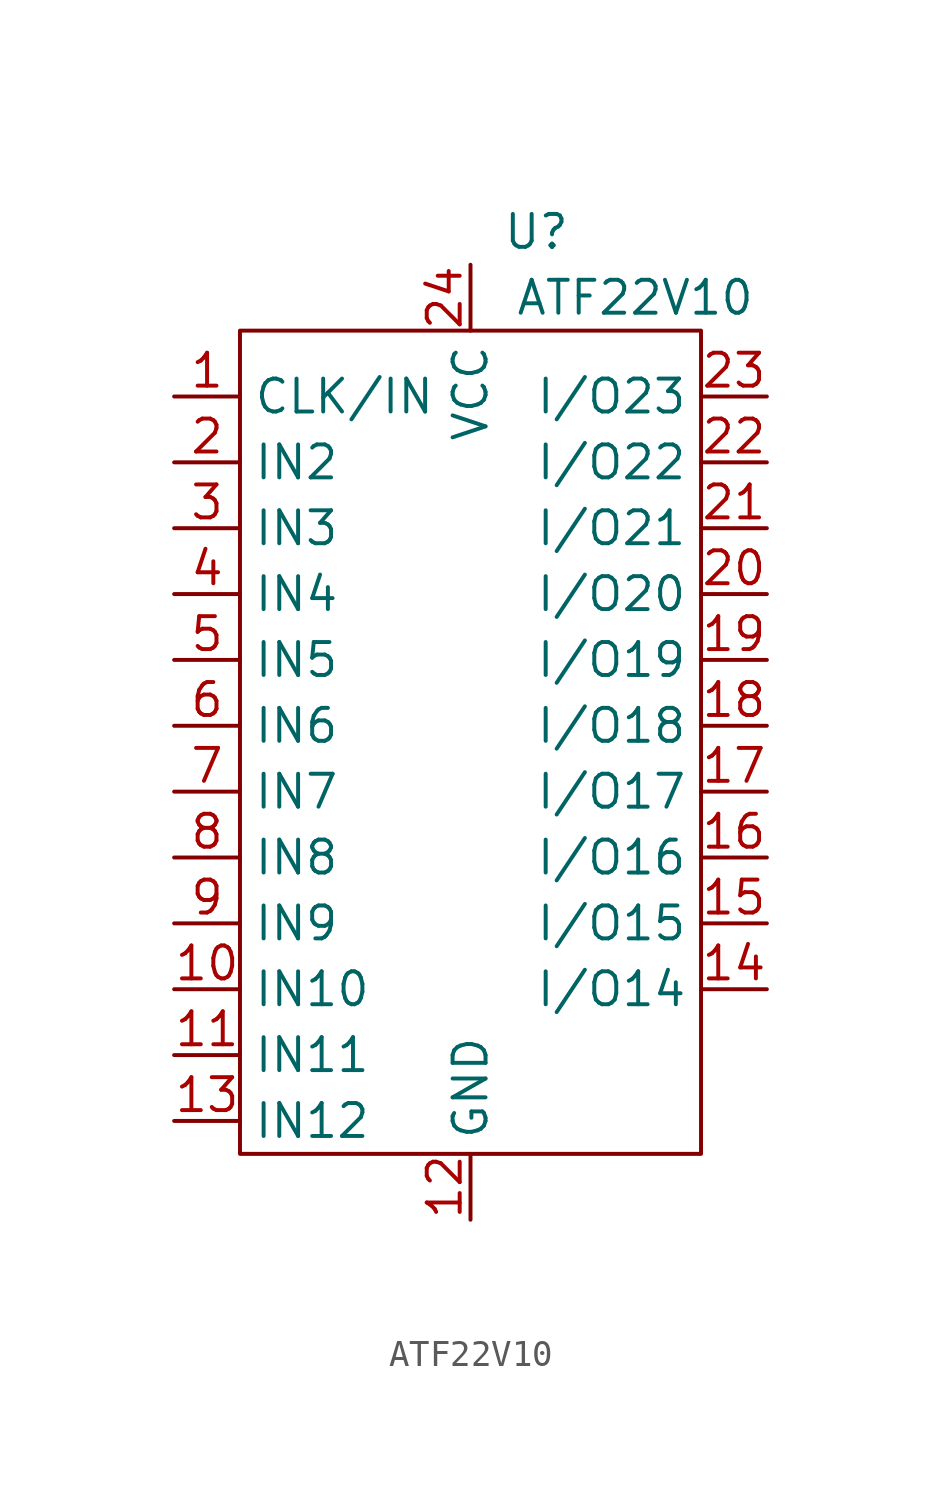
<source format=kicad_sym>
(kicad_symbol_lib
  (version 20220914)
  (generator kicad_symbol_editor)
  (symbol "ATF22V10"
    (property "Reference" "U"
      (at 7.62 17.78 0)
      (effects (font (size 1.27 1.27))))
    (property "Value" "ATF22V10"
      (at 11.43 15.24 0)
      (effects (font (size 1.27 1.27))))
    (symbol "ATF22V10_0_1"
      (rectangle (start -3.81 13.97) (end 13.97 -17.78) (stroke (width 0) (type default)) (fill (type none))))
    (symbol "ATF22V10_1_1"
      (pin input line (at -6.35 11.43 0) (length 2.54) (name "CLK/IN" (effects (font (size 1.27 1.27)))) (number "1" (effects (font (size 1.27 1.27)))))
      (pin input line (at -6.35 -11.43 0) (length 2.54) (name "IN10" (effects (font (size 1.27 1.27)))) (number "10" (effects (font (size 1.27 1.27)))))
      (pin input line (at -6.35 -13.97 0) (length 2.54) (name "IN11" (effects (font (size 1.27 1.27)))) (number "11" (effects (font (size 1.27 1.27)))))
      (pin power_in line (at 5.08 -20.32 90) (length 2.54) (name "GND" (effects (font (size 1.27 1.27)))) (number "12" (effects (font (size 1.27 1.27)))))
      (pin input line (at -6.35 -16.51 0) (length 2.54) (name "IN12" (effects (font (size 1.27 1.27)))) (number "13" (effects (font (size 1.27 1.27)))))
      (pin bidirectional line (at 16.51 -11.43 180) (length 2.54) (name "I/O14" (effects (font (size 1.27 1.27)))) (number "14" (effects (font (size 1.27 1.27)))))
      (pin bidirectional line (at 16.51 -8.89 180) (length 2.54) (name "I/O15" (effects (font (size 1.27 1.27)))) (number "15" (effects (font (size 1.27 1.27)))))
      (pin bidirectional line (at 16.51 -6.35 180) (length 2.54) (name "I/O16" (effects (font (size 1.27 1.27)))) (number "16" (effects (font (size 1.27 1.27)))))
      (pin bidirectional line (at 16.51 -3.81 180) (length 2.54) (name "I/O17" (effects (font (size 1.27 1.27)))) (number "17" (effects (font (size 1.27 1.27)))))
      (pin bidirectional line (at 16.51 -1.27 180) (length 2.54) (name "I/O18" (effects (font (size 1.27 1.27)))) (number "18" (effects (font (size 1.27 1.27)))))
      (pin bidirectional line (at 16.51 1.27 180) (length 2.54) (name "I/O19" (effects (font (size 1.27 1.27)))) (number "19" (effects (font (size 1.27 1.27)))))
      (pin input line (at -6.35 8.89 0) (length 2.54) (name "IN2" (effects (font (size 1.27 1.27)))) (number "2" (effects (font (size 1.27 1.27)))))
      (pin bidirectional line (at 16.51 3.81 180) (length 2.54) (name "I/O20" (effects (font (size 1.27 1.27)))) (number "20" (effects (font (size 1.27 1.27)))))
      (pin bidirectional line (at 16.51 6.35 180) (length 2.54) (name "I/O21" (effects (font (size 1.27 1.27)))) (number "21" (effects (font (size 1.27 1.27)))))
      (pin bidirectional line (at 16.51 8.89 180) (length 2.54) (name "I/O22" (effects (font (size 1.27 1.27)))) (number "22" (effects (font (size 1.27 1.27)))))
      (pin bidirectional line (at 16.51 11.43 180) (length 2.54) (name "I/O23" (effects (font (size 1.27 1.27)))) (number "23" (effects (font (size 1.27 1.27)))))
      (pin power_in line (at 5.08 16.51 270) (length 2.54) (name "VCC" (effects (font (size 1.27 1.27)))) (number "24" (effects (font (size 1.27 1.27)))))
      (pin input line (at -6.35 6.35 0) (length 2.54) (name "IN3" (effects (font (size 1.27 1.27)))) (number "3" (effects (font (size 1.27 1.27)))))
      (pin input line (at -6.35 3.81 0) (length 2.54) (name "IN4" (effects (font (size 1.27 1.27)))) (number "4" (effects (font (size 1.27 1.27)))))
      (pin input line (at -6.35 1.27 0) (length 2.54) (name "IN5" (effects (font (size 1.27 1.27)))) (number "5" (effects (font (size 1.27 1.27)))))
      (pin input line (at -6.35 -1.27 0) (length 2.54) (name "IN6" (effects (font (size 1.27 1.27)))) (number "6" (effects (font (size 1.27 1.27)))))
      (pin input line (at -6.35 -3.81 0) (length 2.54) (name "IN7" (effects (font (size 1.27 1.27)))) (number "7" (effects (font (size 1.27 1.27)))))
      (pin input line (at -6.35 -6.35 0) (length 2.54) (name "IN8" (effects (font (size 1.27 1.27)))) (number "8" (effects (font (size 1.27 1.27)))))
      (pin input line (at -6.35 -8.89 0) (length 2.54) (name "IN9" (effects (font (size 1.27 1.27)))) (number "9" (effects (font (size 1.27 1.27))))))))
</source>
